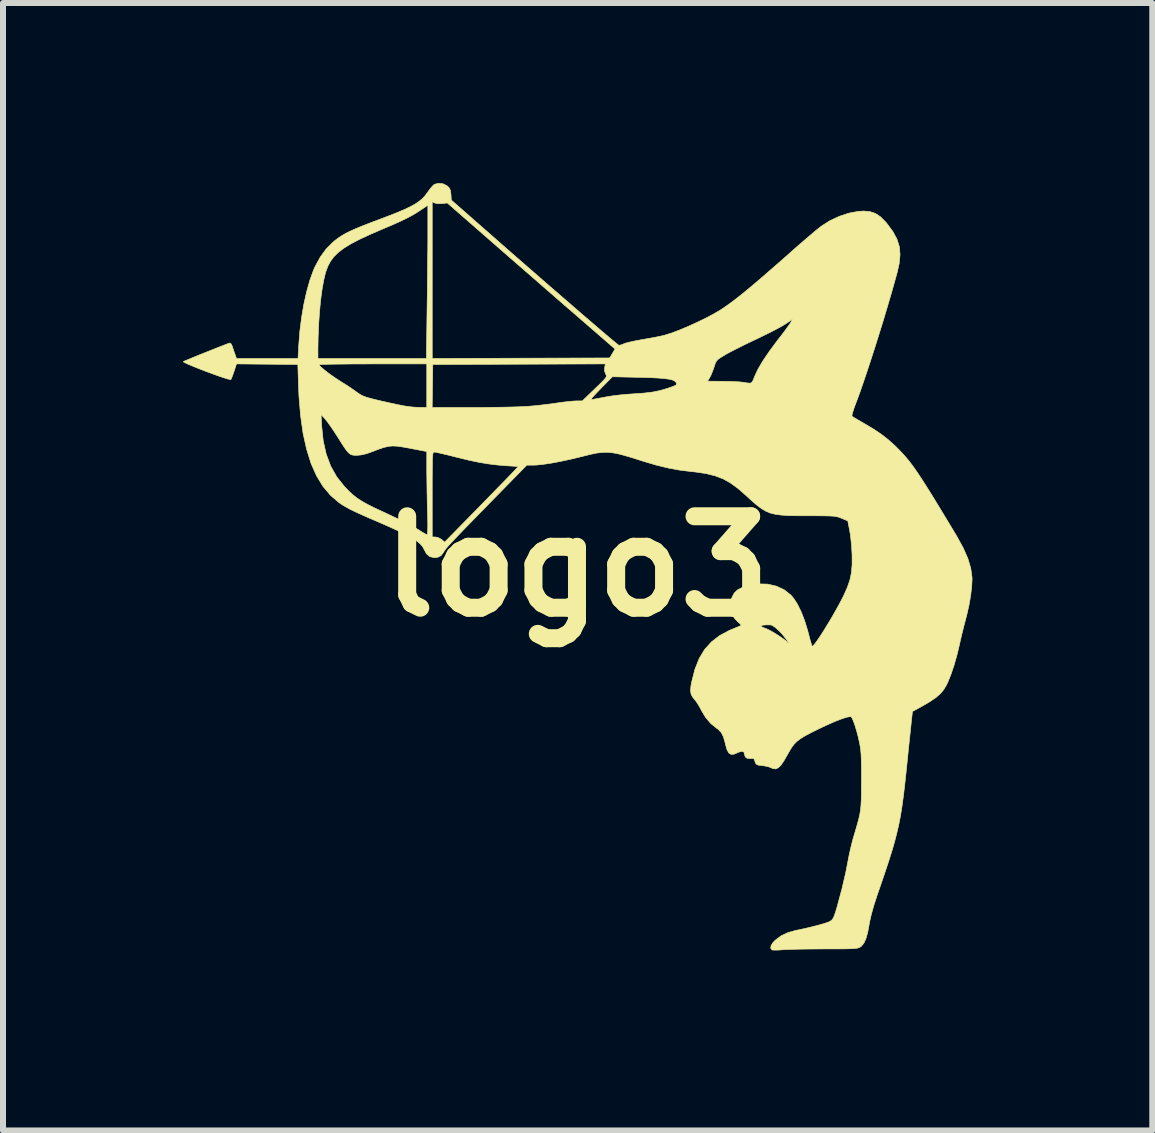
<source format=kicad_pcb>
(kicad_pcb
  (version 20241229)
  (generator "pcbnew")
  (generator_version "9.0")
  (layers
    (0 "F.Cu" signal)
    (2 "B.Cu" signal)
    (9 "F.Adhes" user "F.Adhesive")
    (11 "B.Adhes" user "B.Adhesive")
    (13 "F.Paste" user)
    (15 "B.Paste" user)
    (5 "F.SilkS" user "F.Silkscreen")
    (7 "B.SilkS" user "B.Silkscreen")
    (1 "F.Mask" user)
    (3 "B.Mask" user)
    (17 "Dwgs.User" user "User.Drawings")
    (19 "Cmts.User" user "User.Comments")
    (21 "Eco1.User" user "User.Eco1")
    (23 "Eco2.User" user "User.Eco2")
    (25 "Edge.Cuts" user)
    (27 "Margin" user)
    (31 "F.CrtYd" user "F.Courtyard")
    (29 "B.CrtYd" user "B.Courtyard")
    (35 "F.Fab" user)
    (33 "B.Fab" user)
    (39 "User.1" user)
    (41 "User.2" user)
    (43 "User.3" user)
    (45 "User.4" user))
  (footprint "logo3"
    (layer "F.Cu")
    (at 6.568 6.391)
    (property "Reference" "logo3" (at 0 0 0) (layer "F.SilkS") (effects (font (size 1.524 1.524) (thickness 0.3))))
    (attr through_hole)
    (fp_poly (pts (xy -2.231 -6.377) (xy -2.163 -6.342) (xy -2.161 -6.34) (xy -2.127 -6.305) (xy -2.109 -6.264) (xy -2.101 -6.204) (xy -2.101 -6.2) (xy -2.095 -6.106) (xy -1.624 -5.692) (xy -1.424 -5.517) (xy -1.223 -5.34) (xy -1.023 -5.165) (xy -0.824 -4.992) (xy -0.63 -4.823) (xy -0.442 -4.659) (xy -0.261 -4.503) (xy -0.09 -4.355) (xy 0.068 -4.218) (xy 0.214 -4.093) (xy 0.344 -3.981) (xy 0.456 -3.885) (xy 0.55 -3.806) (xy 0.622 -3.746) (xy 0.671 -3.706) (xy 0.695 -3.687) (xy 0.697 -3.686) (xy 0.73 -3.69) (xy 0.775 -3.708) (xy 0.778 -3.709) (xy 0.816 -3.723) (xy 0.881 -3.739) (xy 0.966 -3.758) (xy 1.063 -3.776) (xy 1.102 -3.783) (xy 1.205 -3.801) (xy 1.303 -3.819) (xy 1.387 -3.836) (xy 1.448 -3.85) (xy 1.46 -3.853) (xy 1.574 -3.889) (xy 1.71 -3.94) (xy 1.858 -4.002) (xy 2.009 -4.071) (xy 2.156 -4.143) (xy 2.288 -4.213) (xy 2.398 -4.278) (xy 2.425 -4.296) (xy 2.499 -4.347) (xy 2.574 -4.401) (xy 2.652 -4.46) (xy 2.737 -4.527) (xy 2.831 -4.604) (xy 2.938 -4.693) (xy 3.059 -4.796) (xy 3.197 -4.916) (xy 3.356 -5.054) (xy 3.538 -5.214) (xy 3.619 -5.287) (xy 3.72 -5.375) (xy 3.819 -5.46) (xy 3.911 -5.539) (xy 3.991 -5.606) (xy 4.053 -5.655) (xy 4.073 -5.671) (xy 4.212 -5.76) (xy 4.367 -5.833) (xy 4.528 -5.887) (xy 4.686 -5.917) (xy 4.782 -5.923) (xy 4.886 -5.913) (xy 4.977 -5.882) (xy 5.061 -5.826) (xy 5.146 -5.74) (xy 5.171 -5.71) (xy 5.268 -5.578) (xy 5.335 -5.452) (xy 5.374 -5.327) (xy 5.385 -5.195) (xy 5.371 -5.048) (xy 5.337 -4.898) (xy 5.288 -4.721) (xy 5.232 -4.524) (xy 5.17 -4.314) (xy 5.105 -4.096) (xy 5.036 -3.874) (xy 4.967 -3.654) (xy 4.898 -3.441) (xy 4.832 -3.24) (xy 4.77 -3.057) (xy 4.714 -2.896) (xy 4.666 -2.764) (xy 4.65 -2.724) (xy 4.62 -2.643) (xy 4.598 -2.575) (xy 4.585 -2.526) (xy 4.584 -2.503) (xy 4.584 -2.503) (xy 4.605 -2.489) (xy 4.651 -2.461) (xy 4.714 -2.424) (xy 4.778 -2.387) (xy 4.937 -2.293) (xy 5.072 -2.203) (xy 5.192 -2.109) (xy 5.308 -2.004) (xy 5.342 -1.97) (xy 5.394 -1.917) (xy 5.442 -1.866) (xy 5.489 -1.812) (xy 5.537 -1.754) (xy 5.586 -1.69) (xy 5.639 -1.616) (xy 5.698 -1.529) (xy 5.764 -1.429) (xy 5.839 -1.311) (xy 5.925 -1.173) (xy 6.023 -1.013) (xy 6.135 -0.828) (xy 6.263 -0.616) (xy 6.328 -0.508) (xy 6.436 -0.312) (xy 6.515 -0.133) (xy 6.564 0.031) (xy 6.585 0.182) (xy 6.586 0.22) (xy 6.579 0.343) (xy 6.562 0.488) (xy 6.535 0.644) (xy 6.5 0.801) (xy 6.477 0.889) (xy 6.45 0.992) (xy 6.42 1.112) (xy 6.392 1.23) (xy 6.379 1.289) (xy 6.336 1.47) (xy 6.287 1.644) (xy 6.234 1.801) (xy 6.18 1.935) (xy 6.158 1.98) (xy 6.114 2.054) (xy 6.057 2.122) (xy 5.983 2.187) (xy 5.886 2.253) (xy 5.761 2.327) (xy 5.739 2.339) (xy 5.592 2.419) (xy 5.582 2.511) (xy 5.577 2.551) (xy 5.57 2.622) (xy 5.56 2.719) (xy 5.547 2.838) (xy 5.533 2.972) (xy 5.518 3.119) (xy 5.507 3.229) (xy 5.483 3.461) (xy 5.461 3.665) (xy 5.439 3.845) (xy 5.417 4.006) (xy 5.393 4.155) (xy 5.366 4.296) (xy 5.334 4.435) (xy 5.298 4.577) (xy 5.255 4.727) (xy 5.204 4.89) (xy 5.144 5.072) (xy 5.074 5.278) (xy 5 5.492) (xy 4.948 5.653) (xy 4.906 5.802) (xy 4.877 5.931) (xy 4.87 5.972) (xy 4.845 6.106) (xy 4.816 6.208) (xy 4.782 6.282) (xy 4.741 6.331) (xy 4.724 6.344) (xy 4.707 6.353) (xy 4.685 6.361) (xy 4.655 6.367) (xy 4.611 6.371) (xy 4.551 6.374) (xy 4.469 6.376) (xy 4.362 6.377) (xy 4.225 6.377) (xy 4.128 6.377) (xy 3.982 6.378) (xy 3.84 6.379) (xy 3.708 6.381) (xy 3.593 6.384) (xy 3.5 6.387) (xy 3.436 6.39) (xy 3.429 6.391) (xy 3.356 6.396) (xy 3.296 6.397) (xy 3.258 6.395) (xy 3.252 6.394) (xy 3.23 6.367) (xy 3.234 6.325) (xy 3.264 6.275) (xy 3.301 6.235) (xy 3.402 6.159) (xy 3.516 6.105) (xy 3.652 6.067) (xy 3.653 6.067) (xy 3.788 6.039) (xy 3.915 6.009) (xy 4.028 5.98) (xy 4.122 5.953) (xy 4.19 5.93) (xy 4.222 5.915) (xy 4.247 5.896) (xy 4.268 5.869) (xy 4.288 5.827) (xy 4.31 5.762) (xy 4.333 5.685) (xy 4.415 5.383) (xy 4.481 5.1) (xy 4.518 4.909) (xy 4.538 4.805) (xy 4.563 4.694) (xy 4.588 4.594) (xy 4.603 4.537) (xy 4.643 4.403) (xy 4.674 4.295) (xy 4.698 4.207) (xy 4.715 4.13) (xy 4.727 4.057) (xy 4.734 3.982) (xy 4.739 3.895) (xy 4.741 3.792) (xy 4.741 3.663) (xy 4.742 3.583) (xy 4.742 3.429) (xy 4.741 3.304) (xy 4.739 3.205) (xy 4.735 3.124) (xy 4.729 3.057) (xy 4.72 2.996) (xy 4.711 2.948) (xy 4.689 2.847) (xy 4.663 2.749) (xy 4.636 2.659) (xy 4.61 2.585) (xy 4.587 2.531) (xy 4.568 2.505) (xy 4.564 2.504) (xy 4.503 2.513) (xy 4.412 2.542) (xy 4.293 2.588) (xy 4.148 2.653) (xy 4.025 2.711) (xy 3.9 2.773) (xy 3.802 2.825) (xy 3.727 2.871) (xy 3.668 2.916) (xy 3.62 2.964) (xy 3.577 3.021) (xy 3.535 3.091) (xy 3.503 3.148) (xy 3.445 3.249) (xy 3.396 3.319) (xy 3.351 3.36) (xy 3.308 3.377) (xy 3.262 3.37) (xy 3.224 3.352) (xy 3.183 3.338) (xy 3.123 3.326) (xy 3.084 3.321) (xy 3.026 3.314) (xy 2.994 3.302) (xy 2.977 3.281) (xy 2.967 3.252) (xy 2.952 3.212) (xy 2.93 3.199) (xy 2.898 3.203) (xy 2.844 3.202) (xy 2.806 3.178) (xy 2.794 3.14) (xy 2.783 3.097) (xy 2.751 3.082) (xy 2.697 3.097) (xy 2.683 3.103) (xy 2.617 3.131) (xy 2.568 3.134) (xy 2.53 3.11) (xy 2.501 3.057) (xy 2.476 2.971) (xy 2.47 2.943) (xy 2.442 2.843) (xy 2.405 2.77) (xy 2.355 2.717) (xy 2.326 2.697) (xy 2.232 2.621) (xy 2.146 2.521) (xy 2.079 2.41) (xy 2.072 2.397) (xy 2.036 2.328) (xy 1.992 2.26) (xy 1.966 2.227) (xy 1.925 2.175) (xy 1.901 2.126) (xy 1.893 2.071) (xy 1.899 1.998) (xy 1.913 1.922) (xy 1.966 1.715) (xy 2.036 1.538) (xy 2.126 1.388) (xy 2.238 1.262) (xy 2.374 1.156) (xy 2.538 1.068) (xy 2.622 1.033) (xy 2.679 1.01) (xy 2.715 0.995) (xy 3.066 0.995) (xy 3.082 1.009) (xy 3.121 1.026) (xy 3.138 1.032) (xy 3.185 1.052) (xy 3.251 1.087) (xy 3.324 1.131) (xy 3.396 1.178) (xy 3.457 1.221) (xy 3.497 1.255) (xy 3.501 1.261) (xy 3.525 1.287) (xy 3.531 1.287) (xy 3.52 1.264) (xy 3.493 1.222) (xy 3.483 1.209) (xy 3.423 1.132) (xy 3.359 1.065) (xy 3.299 1.013) (xy 3.25 0.982) (xy 3.228 0.976) (xy 3.16 0.975) (xy 3.105 0.979) (xy 3.072 0.988) (xy 3.066 0.995) (xy 2.715 0.995) (xy 2.721 0.992) (xy 2.739 0.984) (xy 2.731 0.971) (xy 2.702 0.943) (xy 2.681 0.925) (xy 2.632 0.873) (xy 2.587 0.81) (xy 2.577 0.79) (xy 2.554 0.737) (xy 2.546 0.693) (xy 2.552 0.64) (xy 2.557 0.612) (xy 2.584 0.516) (xy 2.621 0.445) (xy 2.676 0.392) (xy 2.754 0.352) (xy 2.861 0.319) (xy 3.023 0.292) (xy 3.179 0.296) (xy 3.324 0.33) (xy 3.455 0.391) (xy 3.566 0.479) (xy 3.614 0.535) (xy 3.676 0.633) (xy 3.738 0.759) (xy 3.795 0.906) (xy 3.844 1.065) (xy 3.86 1.125) (xy 3.88 1.204) (xy 3.899 1.27) (xy 3.913 1.315) (xy 3.92 1.331) (xy 3.936 1.324) (xy 3.966 1.289) (xy 4.008 1.232) (xy 4.06 1.155) (xy 4.119 1.063) (xy 4.181 0.961) (xy 4.246 0.853) (xy 4.309 0.743) (xy 4.369 0.635) (xy 4.422 0.534) (xy 4.445 0.488) (xy 4.506 0.352) (xy 4.549 0.228) (xy 4.575 0.106) (xy 4.586 -0.026) (xy 4.586 -0.18) (xy 4.585 -0.206) (xy 4.579 -0.314) (xy 4.569 -0.427) (xy 4.557 -0.529) (xy 4.545 -0.601) (xy 4.514 -0.758) (xy 4.412 -0.801) (xy 4.379 -0.814) (xy 4.348 -0.824) (xy 4.313 -0.831) (xy 4.269 -0.837) (xy 4.212 -0.84) (xy 4.136 -0.842) (xy 4.036 -0.843) (xy 3.907 -0.844) (xy 3.837 -0.844) (xy 3.664 -0.844) (xy 3.521 -0.847) (xy 3.404 -0.855) (xy 3.306 -0.868) (xy 3.222 -0.889) (xy 3.147 -0.92) (xy 3.075 -0.963) (xy 3 -1.019) (xy 2.917 -1.091) (xy 2.82 -1.179) (xy 2.814 -1.185) (xy 2.682 -1.3) (xy 2.558 -1.39) (xy 2.435 -1.459) (xy 2.303 -1.509) (xy 2.155 -1.546) (xy 1.983 -1.572) (xy 1.914 -1.579) (xy 1.713 -1.604) (xy 1.518 -1.64) (xy 1.317 -1.689) (xy 1.099 -1.754) (xy 1.074 -1.762) (xy 0.916 -1.812) (xy 0.786 -1.85) (xy 0.678 -1.878) (xy 0.584 -1.895) (xy 0.498 -1.902) (xy 0.414 -1.899) (xy 0.326 -1.888) (xy 0.226 -1.867) (xy 0.109 -1.838) (xy 0.086 -1.832) (xy -0.092 -1.789) (xy -0.263 -1.752) (xy -0.421 -1.722) (xy -0.56 -1.701) (xy -0.674 -1.689) (xy -0.729 -1.687) (xy -0.837 -1.687) (xy -1.33 -1.184) (xy -1.5 -1.01) (xy -1.646 -0.861) (xy -1.77 -0.733) (xy -1.875 -0.626) (xy -1.961 -0.536) (xy -2.031 -0.463) (xy -2.087 -0.404) (xy -2.13 -0.357) (xy -2.163 -0.32) (xy -2.186 -0.292) (xy -2.203 -0.27) (xy -2.214 -0.253) (xy -2.221 -0.241) (xy -2.265 -0.18) (xy -2.324 -0.15) (xy -2.376 -0.145) (xy -2.45 -0.161) (xy -2.508 -0.208) (xy -2.548 -0.282) (xy -2.572 -0.327) (xy -2.61 -0.371) (xy -2.665 -0.418) (xy -2.741 -0.468) (xy -2.839 -0.522) (xy -2.963 -0.584) (xy -3.115 -0.654) (xy -3.298 -0.734) (xy -3.313 -0.741) (xy -3.468 -0.807) (xy -3.593 -0.863) (xy -3.694 -0.909) (xy -3.776 -0.948) (xy -3.842 -0.984) (xy -3.899 -1.017) (xy -3.95 -1.051) (xy -3.967 -1.063) (xy -4.109 -1.184) (xy -4.234 -1.333) (xy -4.342 -1.51) (xy -4.433 -1.716) (xy -4.507 -1.952) (xy -4.566 -2.218) (xy -4.608 -2.516) (xy -4.609 -2.531) (xy -4.266 -2.531) (xy -4.256 -2.34) (xy -4.23 -2.092) (xy -4.18 -1.87) (xy -4.105 -1.67) (xy -4.004 -1.491) (xy -3.876 -1.331) (xy -3.871 -1.326) (xy -3.8 -1.252) (xy -3.732 -1.19) (xy -3.663 -1.136) (xy -3.584 -1.085) (xy -3.491 -1.033) (xy -3.377 -0.975) (xy -3.238 -0.911) (xy -3.086 -0.84) (xy -2.963 -0.782) (xy -2.862 -0.732) (xy -2.778 -0.689) (xy -2.706 -0.649) (xy -2.641 -0.609) (xy -2.613 -0.591) (xy -2.559 -0.558) (xy -2.517 -0.535) (xy -2.496 -0.527) (xy -2.492 -0.544) (xy -2.489 -0.594) (xy -2.487 -0.672) (xy -2.488 -0.775) (xy -2.491 -0.899) (xy -2.492 -0.921) (xy -2.496 -1.062) (xy -2.498 -1.197) (xy -2.413 -1.197) (xy -2.413 -0.49) (xy -2.36 -0.49) (xy -2.307 -0.477) (xy -2.256 -0.447) (xy -2.256 -0.447) (xy -2.206 -0.404) (xy -1.706 -0.914) (xy -1.59 -1.032) (xy -1.478 -1.147) (xy -1.373 -1.255) (xy -1.278 -1.352) (xy -1.198 -1.434) (xy -1.136 -1.499) (xy -1.095 -1.541) (xy -1.092 -1.544) (xy -0.978 -1.665) (xy -1.174 -1.677) (xy -1.329 -1.69) (xy -1.477 -1.708) (xy -1.628 -1.733) (xy -1.791 -1.767) (xy -1.977 -1.812) (xy -2.022 -1.823) (xy -2.126 -1.85) (xy -2.22 -1.872) (xy -2.298 -1.89) (xy -2.352 -1.902) (xy -2.376 -1.905) (xy -2.385 -1.904) (xy -2.393 -1.9) (xy -2.399 -1.888) (xy -2.404 -1.866) (xy -2.407 -1.83) (xy -2.41 -1.777) (xy -2.411 -1.703) (xy -2.412 -1.605) (xy -2.413 -1.48) (xy -2.413 -1.325) (xy -2.413 -1.197) (xy -2.498 -1.197) (xy -2.499 -1.215) (xy -2.501 -1.367) (xy -2.503 -1.506) (xy -2.504 -1.615) (xy -2.504 -1.914) (xy -2.777 -1.967) (xy -2.898 -1.989) (xy -2.993 -2.003) (xy -3.073 -2.007) (xy -3.145 -2) (xy -3.221 -1.982) (xy -3.309 -1.952) (xy -3.402 -1.916) (xy -3.508 -1.878) (xy -3.594 -1.858) (xy -3.669 -1.851) (xy -3.713 -1.852) (xy -3.749 -1.857) (xy -3.781 -1.87) (xy -3.812 -1.897) (xy -3.848 -1.939) (xy -3.891 -2.002) (xy -3.947 -2.09) (xy -3.987 -2.154) (xy -4.044 -2.242) (xy -4.1 -2.325) (xy -4.151 -2.396) (xy -4.19 -2.446) (xy -4.196 -2.454) (xy -4.266 -2.531) (xy -4.609 -2.531) (xy -4.635 -2.845) (xy -4.642 -3.012) (xy -4.653 -3.361) (xy -4.299 -3.361) (xy -4.284 -3.339) (xy -4.244 -3.302) (xy -4.187 -3.255) (xy -4.117 -3.202) (xy -4.041 -3.149) (xy -3.966 -3.099) (xy -3.938 -3.081) (xy -3.858 -3.032) (xy -3.779 -2.98) (xy -3.712 -2.934) (xy -3.693 -2.92) (xy -3.646 -2.886) (xy -3.603 -2.859) (xy -3.558 -2.837) (xy -3.502 -2.817) (xy -3.43 -2.797) (xy -3.334 -2.773) (xy -3.257 -2.755) (xy -3.105 -2.721) (xy -2.983 -2.695) (xy -2.883 -2.675) (xy -2.801 -2.663) (xy -2.729 -2.655) (xy -2.662 -2.651) (xy -2.635 -2.65) (xy -2.504 -2.649) (xy -2.414 -2.649) (xy -1.738 -2.649) (xy -1.572 -2.649) (xy -1.407 -2.651) (xy -1.248 -2.653) (xy -1.103 -2.656) (xy -0.976 -2.66) (xy -0.875 -2.664) (xy -0.816 -2.668) (xy -0.697 -2.678) (xy -0.562 -2.693) (xy -0.431 -2.709) (xy -0.341 -2.722) (xy -0.243 -2.736) (xy -0.148 -2.747) (xy -0.066 -2.755) (xy -0.011 -2.758) (xy 0.089 -2.758) (xy 0.12 -2.788) (xy 0.24 -2.788) (xy 0.246 -2.781) (xy 0.263 -2.783) (xy 0.304 -2.791) (xy 0.37 -2.803) (xy 0.45 -2.818) (xy 0.508 -2.829) (xy 0.604 -2.844) (xy 0.722 -2.858) (xy 0.844 -2.869) (xy 0.943 -2.876) (xy 1.114 -2.888) (xy 1.258 -2.905) (xy 1.386 -2.931) (xy 1.508 -2.967) (xy 1.529 -2.974) (xy 1.599 -2.999) (xy 1.64 -3.016) (xy 1.659 -3.031) (xy 1.66 -3.047) (xy 1.652 -3.065) (xy 1.632 -3.087) (xy 2.176 -3.087) (xy 2.435 -3.085) (xy 2.536 -3.083) (xy 2.632 -3.079) (xy 2.712 -3.075) (xy 2.767 -3.069) (xy 2.776 -3.068) (xy 2.846 -3.056) (xy 2.889 -3.054) (xy 2.916 -3.069) (xy 2.937 -3.104) (xy 2.958 -3.159) (xy 3.012 -3.277) (xy 3.094 -3.418) (xy 3.204 -3.581) (xy 3.341 -3.766) (xy 3.357 -3.786) (xy 3.42 -3.867) (xy 3.477 -3.943) (xy 3.523 -4.007) (xy 3.555 -4.052) (xy 3.562 -4.064) (xy 3.596 -4.121) (xy 3.471 -4.038) (xy 3.417 -4.005) (xy 3.336 -3.961) (xy 3.237 -3.909) (xy 3.125 -3.854) (xy 3.009 -3.797) (xy 2.976 -3.782) (xy 2.858 -3.726) (xy 2.742 -3.669) (xy 2.635 -3.615) (xy 2.544 -3.568) (xy 2.476 -3.531) (xy 2.464 -3.523) (xy 2.396 -3.482) (xy 2.353 -3.451) (xy 2.325 -3.422) (xy 2.306 -3.386) (xy 2.289 -3.334) (xy 2.285 -3.322) (xy 2.26 -3.251) (xy 2.233 -3.185) (xy 2.212 -3.146) (xy 2.176 -3.087) (xy 1.632 -3.087) (xy 1.632 -3.087) (xy 1.596 -3.105) (xy 1.54 -3.119) (xy 1.461 -3.13) (xy 1.357 -3.139) (xy 1.223 -3.146) (xy 1.056 -3.151) (xy 1.025 -3.151) (xy 0.59 -3.161) (xy 0.399 -2.967) (xy 0.327 -2.892) (xy 0.278 -2.84) (xy 0.25 -2.806) (xy 0.24 -2.788) (xy 0.12 -2.788) (xy 0.298 -2.959) (xy 0.376 -3.034) (xy 0.431 -3.089) (xy 0.466 -3.127) (xy 0.485 -3.154) (xy 0.491 -3.173) (xy 0.487 -3.189) (xy 0.478 -3.204) (xy 0.458 -3.262) (xy 0.461 -3.311) (xy 0.473 -3.375) (xy -2.404 -3.365) (xy -2.409 -3.007) (xy -2.414 -2.649) (xy -2.504 -2.649) (xy -2.504 -3.375) (xy -3.402 -3.375) (xy -3.578 -3.374) (xy -3.743 -3.374) (xy -3.894 -3.372) (xy -4.025 -3.371) (xy -4.135 -3.369) (xy -4.219 -3.367) (xy -4.275 -3.364) (xy -4.298 -3.361) (xy -4.299 -3.361) (xy -4.653 -3.361) (xy -4.654 -3.365) (xy -5.165 -3.37) (xy -5.676 -3.375) (xy -5.716 -3.252) (xy -5.738 -3.189) (xy -5.757 -3.14) (xy -5.77 -3.114) (xy -5.77 -3.114) (xy -5.79 -3.116) (xy -5.84 -3.129) (xy -5.913 -3.152) (xy -6.005 -3.184) (xy -6.112 -3.223) (xy -6.185 -3.25) (xy -6.296 -3.293) (xy -6.393 -3.332) (xy -6.472 -3.365) (xy -6.529 -3.391) (xy -6.56 -3.408) (xy -6.563 -3.413) (xy -6.538 -3.425) (xy -6.486 -3.446) (xy -6.441 -3.465) (xy -2.413 -3.465) (xy -0.934 -3.47) (xy 0.545 -3.474) (xy 0.59 -3.549) (xy 0.634 -3.624) (xy -0.022 -4.193) (xy -0.176 -4.326) (xy -0.351 -4.478) (xy -0.539 -4.642) (xy -0.736 -4.814) (xy -0.934 -4.986) (xy -1.127 -5.154) (xy -1.308 -5.312) (xy -1.42 -5.41) (xy -2.162 -6.058) (xy -2.248 -6.047) (xy -2.315 -6.045) (xy -2.366 -6.055) (xy -2.374 -6.058) (xy -2.413 -6.079) (xy -2.413 -3.465) (xy -6.441 -3.465) (xy -6.413 -3.477) (xy -6.324 -3.513) (xy -6.227 -3.552) (xy -6.126 -3.592) (xy -6.029 -3.631) (xy -5.94 -3.666) (xy -5.867 -3.694) (xy -5.815 -3.714) (xy -5.79 -3.723) (xy -5.79 -3.723) (xy -5.767 -3.711) (xy -5.748 -3.674) (xy -5.748 -3.674) (xy -5.731 -3.621) (xy -5.709 -3.558) (xy -5.703 -3.542) (xy -5.676 -3.465) (xy -4.65 -3.465) (xy -4.318 -3.465) (xy -2.51 -3.465) (xy -2.498 -4.339) (xy -2.495 -4.532) (xy -2.493 -4.728) (xy -2.491 -4.922) (xy -2.489 -5.107) (xy -2.487 -5.279) (xy -2.486 -5.429) (xy -2.486 -5.554) (xy -2.486 -5.617) (xy -2.486 -6.02) (xy -2.608 -5.938) (xy -2.684 -5.889) (xy -2.762 -5.843) (xy -2.849 -5.798) (xy -2.951 -5.749) (xy -3.073 -5.694) (xy -3.222 -5.631) (xy -3.257 -5.616) (xy -3.458 -5.529) (xy -3.628 -5.45) (xy -3.769 -5.376) (xy -3.885 -5.305) (xy -3.978 -5.234) (xy -4.052 -5.162) (xy -4.109 -5.085) (xy -4.153 -5.002) (xy -4.187 -4.91) (xy -4.191 -4.899) (xy -4.221 -4.774) (xy -4.249 -4.619) (xy -4.273 -4.441) (xy -4.292 -4.244) (xy -4.306 -4.036) (xy -4.315 -3.822) (xy -4.318 -3.642) (xy -4.318 -3.465) (xy -4.65 -3.465) (xy -4.638 -3.686) (xy -4.62 -3.917) (xy -4.591 -4.147) (xy -4.553 -4.371) (xy -4.506 -4.58) (xy -4.453 -4.77) (xy -4.394 -4.933) (xy -4.366 -4.997) (xy -4.278 -5.158) (xy -4.181 -5.291) (xy -4.069 -5.403) (xy -4.032 -5.434) (xy -3.975 -5.477) (xy -3.917 -5.515) (xy -3.853 -5.552) (xy -3.778 -5.589) (xy -3.688 -5.629) (xy -3.577 -5.675) (xy -3.44 -5.728) (xy -3.329 -5.77) (xy -3.149 -5.838) (xy -2.999 -5.897) (xy -2.876 -5.949) (xy -2.776 -5.997) (xy -2.696 -6.041) (xy -2.631 -6.085) (xy -2.577 -6.13) (xy -2.532 -6.179) (xy -2.491 -6.234) (xy -2.484 -6.244) (xy -2.443 -6.3) (xy -2.404 -6.344) (xy -2.378 -6.368) (xy -2.307 -6.386) (xy -2.231 -6.377)) (stroke (width 0.01) (type solid)) (fill yes) (layer "F.SilkS")))
  (gr_rect
    (start -3 -3)
    (end 16.158 15.794)
    (stroke (width 0.1) (type default))
    (fill no)
    (layer "Edge.Cuts")))
</source>
